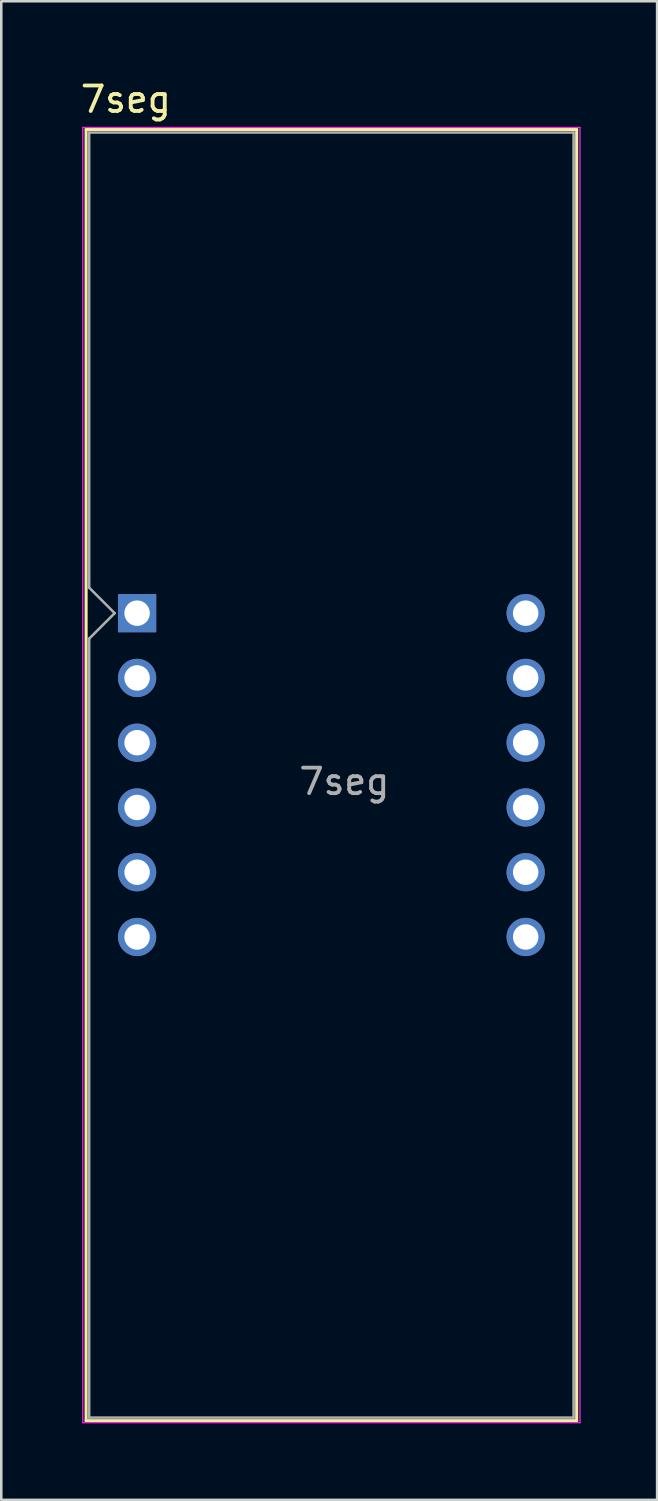
<source format=kicad_pcb>
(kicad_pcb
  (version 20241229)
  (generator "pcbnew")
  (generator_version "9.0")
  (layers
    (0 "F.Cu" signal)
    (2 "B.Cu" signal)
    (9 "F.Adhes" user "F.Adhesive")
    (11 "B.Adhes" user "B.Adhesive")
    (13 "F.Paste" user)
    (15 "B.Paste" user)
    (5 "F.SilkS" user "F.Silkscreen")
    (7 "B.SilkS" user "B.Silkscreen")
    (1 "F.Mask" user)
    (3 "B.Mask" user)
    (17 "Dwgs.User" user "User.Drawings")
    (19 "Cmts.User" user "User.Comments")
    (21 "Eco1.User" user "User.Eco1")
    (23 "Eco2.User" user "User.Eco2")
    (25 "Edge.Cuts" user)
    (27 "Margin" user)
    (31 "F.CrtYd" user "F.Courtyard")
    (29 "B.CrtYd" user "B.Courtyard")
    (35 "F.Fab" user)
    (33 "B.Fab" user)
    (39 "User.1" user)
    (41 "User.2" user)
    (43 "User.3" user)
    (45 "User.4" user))
  (footprint "7seg"
    (layer "F.Cu")
    (at 2.327 27.348)
    (property "Reference" "7seg" (at -0.44 -26.5 0) (layer "F.SilkS") (effects (font (size 1 1) (thickness 0.15))))
    (attr through_hole)
    (fp_line (start -2 -25.32) (end -2 25.32) (stroke (width 0.12) (type solid)) (layer "F.SilkS"))
    (fp_line (start -2 -25.32) (end 17.24 -25.32) (stroke (width 0.12) (type solid)) (layer "F.SilkS"))
    (fp_line (start -2 25.32) (end 17.24 25.32) (stroke (width 0.12) (type solid)) (layer "F.SilkS"))
    (fp_line (start 17.24 25.32) (end 17.24 -25.32) (stroke (width 0.12) (type solid)) (layer "F.SilkS"))
    (fp_line (start -2.13 -25.4) (end 17.37 -25.4) (stroke (width 0.05) (type solid)) (layer "F.CrtYd"))
    (fp_line (start -2.13 25.4) (end -2.13 -25.4) (stroke (width 0.05) (type solid)) (layer "F.CrtYd"))
    (fp_line (start 17.37 -25.4) (end 17.37 25.4) (stroke (width 0.05) (type solid)) (layer "F.CrtYd"))
    (fp_line (start 17.37 25.4) (end -2.13 25.4) (stroke (width 0.05) (type solid)) (layer "F.CrtYd"))
    (fp_line (start -1.88 -25.2) (end 17.12 -25.2) (stroke (width 0.1) (type solid)) (layer "F.Fab"))
    (fp_line (start -1.88 -7.35) (end -1.88 -25.2) (stroke (width 0.1) (type solid)) (layer "F.Fab"))
    (fp_line (start -1.88 -5.35) (end -1.88 25.2) (stroke (width 0.1) (type solid)) (layer "F.Fab"))
    (fp_line (start -1.88 -5.35) (end -0.88 -6.35) (stroke (width 0.1) (type solid)) (layer "F.Fab"))
    (fp_line (start -1.88 25.2) (end 17.12 25.2) (stroke (width 0.1) (type solid)) (layer "F.Fab"))
    (fp_line (start -0.88 -6.35) (end -1.88 -7.35) (stroke (width 0.1) (type solid)) (layer "F.Fab"))
    (fp_line (start 17.12 -25.2) (end 17.12 25.2) (stroke (width 0.1) (type solid)) (layer "F.Fab"))
    (fp_text user "${REFERENCE}" (at 8.128 0.254 0) (layer "F.Fab") (effects (font (size 1 1) (thickness 0.15))))
    (pad "1" thru_hole rect (at 0 -6.35) (size 1.5 1.5) (drill 1) (layers "*.Cu" "*.Mask"))
    (pad "2" thru_hole circle (at 0 -3.81) (size 1.5 1.5) (drill 1) (layers "*.Cu" "*.Mask"))
    (pad "3" thru_hole circle (at 0 -1.27) (size 1.5 1.5) (drill 1) (layers "*.Cu" "*.Mask"))
    (pad "4" thru_hole circle (at 0 1.27) (size 1.5 1.5) (drill 1) (layers "*.Cu" "*.Mask"))
    (pad "5" thru_hole circle (at 0 3.81) (size 1.5 1.5) (drill 1) (layers "*.Cu" "*.Mask"))
    (pad "6" thru_hole circle (at 0 6.35) (size 1.5 1.5) (drill 1) (layers "*.Cu" "*.Mask"))
    (pad "7" thru_hole circle (at 15.24 6.35) (size 1.5 1.5) (drill 1) (layers "*.Cu" "*.Mask"))
    (pad "8" thru_hole circle (at 15.24 3.81) (size 1.5 1.5) (drill 1) (layers "*.Cu" "*.Mask"))
    (pad "9" thru_hole circle (at 15.24 1.27) (size 1.5 1.5) (drill 1) (layers "*.Cu" "*.Mask"))
    (pad "10" thru_hole circle (at 15.24 -1.27) (size 1.5 1.5) (drill 1) (layers "*.Cu" "*.Mask"))
    (pad "11" thru_hole circle (at 15.24 -3.81) (size 1.5 1.5) (drill 1) (layers "*.Cu" "*.Mask"))
    (pad "12" thru_hole circle (at 15.24 -6.35) (size 1.5 1.5) (drill 1) (layers "*.Cu" "*.Mask")))
  (gr_rect
    (start -3 -3)
    (end 22.722 55.773)
    (stroke (width 0.1) (type default))
    (fill no)
    (layer "Edge.Cuts")))
</source>
